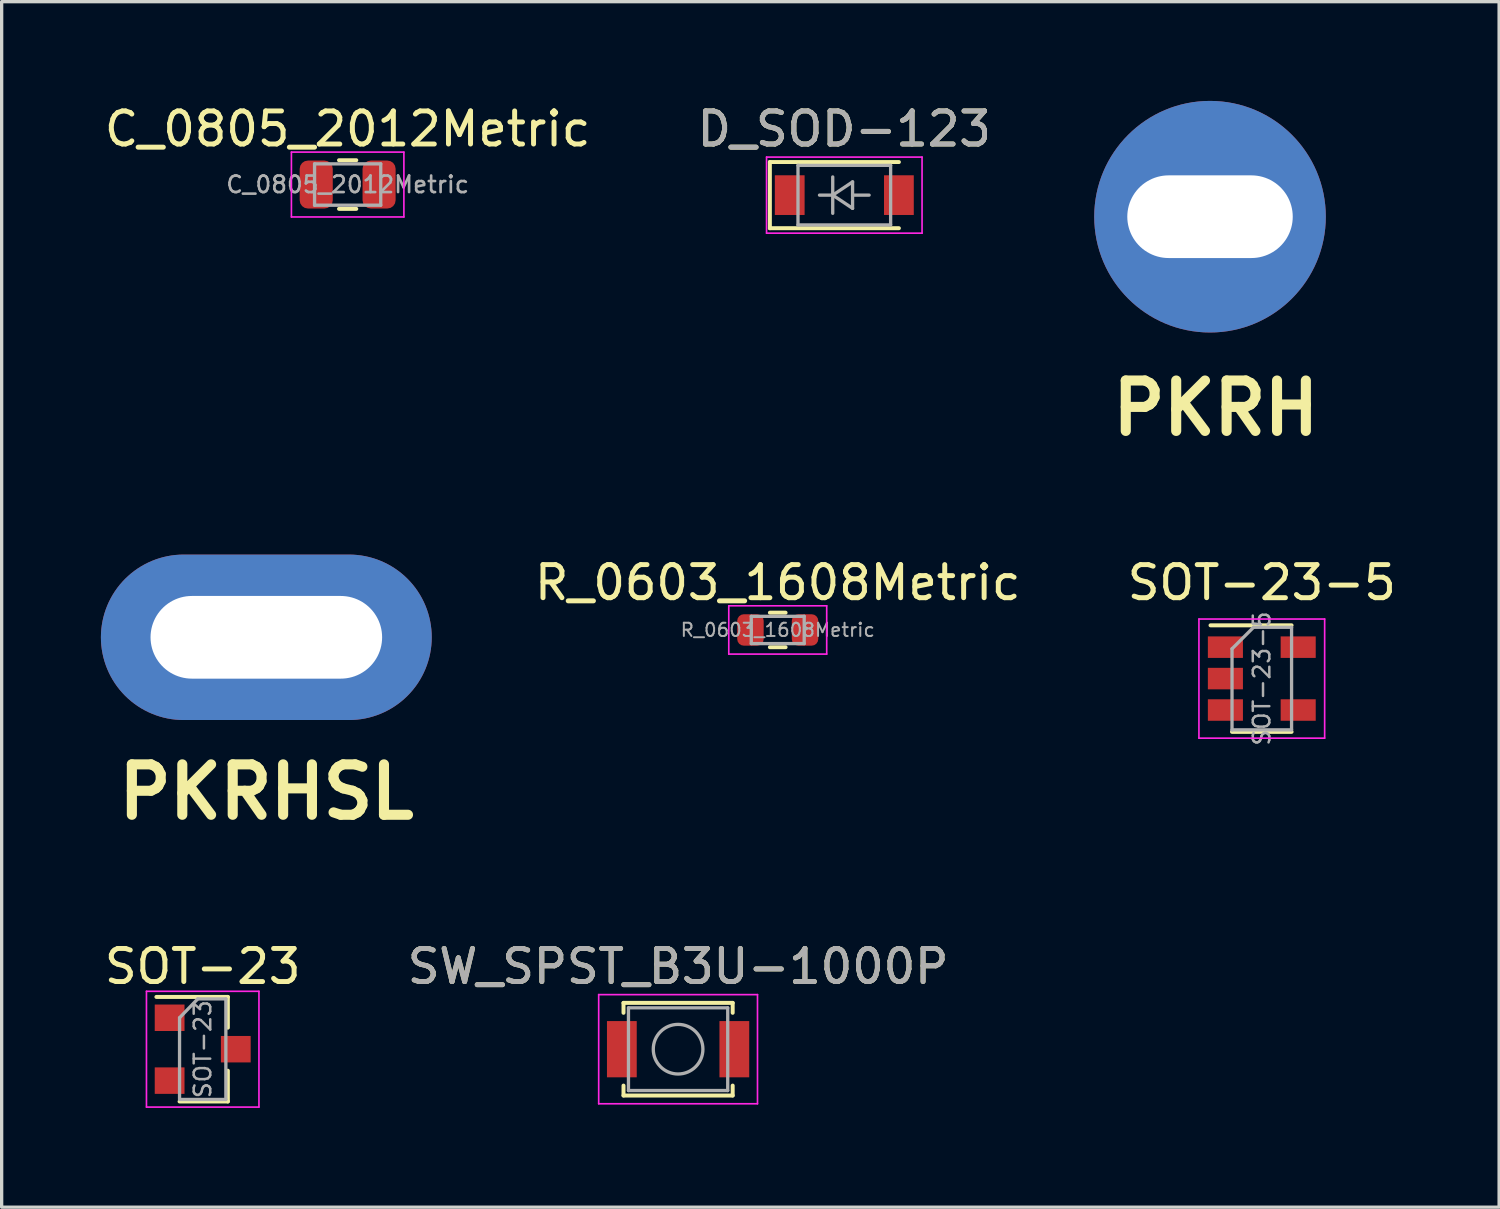
<source format=kicad_pcb>
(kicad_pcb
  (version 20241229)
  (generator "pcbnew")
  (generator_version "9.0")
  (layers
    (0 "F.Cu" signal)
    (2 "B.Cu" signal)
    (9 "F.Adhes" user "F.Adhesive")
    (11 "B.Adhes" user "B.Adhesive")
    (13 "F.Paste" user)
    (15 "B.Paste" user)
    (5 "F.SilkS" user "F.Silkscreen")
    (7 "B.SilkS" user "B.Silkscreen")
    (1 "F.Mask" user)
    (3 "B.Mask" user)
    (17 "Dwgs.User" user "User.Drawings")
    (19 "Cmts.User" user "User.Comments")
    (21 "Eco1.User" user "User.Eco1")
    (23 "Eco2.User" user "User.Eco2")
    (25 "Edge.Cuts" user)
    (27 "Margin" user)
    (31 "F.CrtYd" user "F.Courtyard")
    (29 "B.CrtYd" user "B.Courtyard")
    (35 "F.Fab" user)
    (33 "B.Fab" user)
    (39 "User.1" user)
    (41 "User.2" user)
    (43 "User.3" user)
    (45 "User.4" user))
  (footprint "D_SOD-123"
    (layer "F.Cu")
    (at 22.47 2.848)
    (property "Reference" "D_SOD-123" (at 0 -2 0) (layer "F.SilkS") (effects (font (size 1 1) (thickness 0.15))))
    (attr smd)
    (fp_line (start -2.25 -1) (end -2.25 1) (stroke (width 0.12) (type solid)) (layer "F.SilkS"))
    (fp_line (start -2.25 -1) (end 1.65 -1) (stroke (width 0.12) (type solid)) (layer "F.SilkS"))
    (fp_line (start -2.25 1) (end 1.65 1) (stroke (width 0.12) (type solid)) (layer "F.SilkS"))
    (fp_line (start -2.35 -1.15) (end -2.35 1.15) (stroke (width 0.05) (type solid)) (layer "F.CrtYd"))
    (fp_line (start -2.35 -1.15) (end 2.35 -1.15) (stroke (width 0.05) (type solid)) (layer "F.CrtYd"))
    (fp_line (start 2.35 -1.15) (end 2.35 1.15) (stroke (width 0.05) (type solid)) (layer "F.CrtYd"))
    (fp_line (start 2.35 1.15) (end -2.35 1.15) (stroke (width 0.05) (type solid)) (layer "F.CrtYd"))
    (fp_line (start -1.4 -0.9) (end 1.4 -0.9) (stroke (width 0.1) (type solid)) (layer "F.Fab"))
    (fp_line (start -1.4 0.9) (end -1.4 -0.9) (stroke (width 0.1) (type solid)) (layer "F.Fab"))
    (fp_line (start -0.75 0) (end -0.35 0) (stroke (width 0.1) (type solid)) (layer "F.Fab"))
    (fp_line (start -0.35 0) (end -0.35 -0.55) (stroke (width 0.1) (type solid)) (layer "F.Fab"))
    (fp_line (start -0.35 0) (end -0.35 0.55) (stroke (width 0.1) (type solid)) (layer "F.Fab"))
    (fp_line (start -0.35 0) (end 0.25 -0.4) (stroke (width 0.1) (type solid)) (layer "F.Fab"))
    (fp_line (start 0.25 -0.4) (end 0.25 0.4) (stroke (width 0.1) (type solid)) (layer "F.Fab"))
    (fp_line (start 0.25 0) (end 0.75 0) (stroke (width 0.1) (type solid)) (layer "F.Fab"))
    (fp_line (start 0.25 0.4) (end -0.35 0) (stroke (width 0.1) (type solid)) (layer "F.Fab"))
    (fp_line (start 1.4 -0.9) (end 1.4 0.9) (stroke (width 0.1) (type solid)) (layer "F.Fab"))
    (fp_line (start 1.4 0.9) (end -1.4 0.9) (stroke (width 0.1) (type solid)) (layer "F.Fab"))
    (fp_text user "${REFERENCE}" (at 0 -2 0) (layer "F.Fab") (effects (font (size 1 1) (thickness 0.15))))
    (pad "1" smd rect (at -1.65 0) (size 0.9 1.2) (layers "F.Cu" "F.Mask" "F.Paste"))
    (pad "2" smd rect (at 1.65 0) (size 0.9 1.2) (layers "F.Cu" "F.Mask" "F.Paste")))
  (footprint "PKRH"
    (layer "F.Cu")
    (at 33.524 3.5)
    (property "Reference" "PKRH" (at 0.175 5.786 0) (layer "F.SilkS") (effects (font (size 1.524 1.524) (thickness 0.305))))
    (attr exclude_from_pos_files exclude_from_bom)
    (pad "1" thru_hole circle (at 0 0) (size 7 7) (drill oval 5.001 2.499) (layers "*.Cu" "*.Mask")))
  (footprint "SOT-23"
    (layer "F.Cu")
    (at 3.077 28.663)
    (property "Reference" "SOT-23" (at 0 -2.5 180) (layer "F.SilkS") (effects (font (size 1 1) (thickness 0.15))))
    (attr smd)
    (fp_line (start 0.76 -1.58) (end -1.4 -1.58) (stroke (width 0.12) (type solid)) (layer "F.SilkS"))
    (fp_line (start 0.76 -1.58) (end 0.76 -0.65) (stroke (width 0.12) (type solid)) (layer "F.SilkS"))
    (fp_line (start 0.76 1.58) (end -0.7 1.58) (stroke (width 0.12) (type solid)) (layer "F.SilkS"))
    (fp_line (start 0.76 1.58) (end 0.76 0.65) (stroke (width 0.12) (type solid)) (layer "F.SilkS"))
    (fp_line (start -1.7 -1.75) (end 1.7 -1.75) (stroke (width 0.05) (type solid)) (layer "F.CrtYd"))
    (fp_line (start -1.7 1.75) (end -1.7 -1.75) (stroke (width 0.05) (type solid)) (layer "F.CrtYd"))
    (fp_line (start 1.7 -1.75) (end 1.7 1.75) (stroke (width 0.05) (type solid)) (layer "F.CrtYd"))
    (fp_line (start 1.7 1.75) (end -1.7 1.75) (stroke (width 0.05) (type solid)) (layer "F.CrtYd"))
    (fp_line (start -0.7 -0.95) (end -0.7 1.5) (stroke (width 0.1) (type solid)) (layer "F.Fab"))
    (fp_line (start -0.7 -0.95) (end -0.15 -1.52) (stroke (width 0.1) (type solid)) (layer "F.Fab"))
    (fp_line (start -0.7 1.52) (end 0.7 1.52) (stroke (width 0.1) (type solid)) (layer "F.Fab"))
    (fp_line (start -0.15 -1.52) (end 0.7 -1.52) (stroke (width 0.1) (type solid)) (layer "F.Fab"))
    (fp_line (start 0.7 -1.52) (end 0.7 1.52) (stroke (width 0.1) (type solid)) (layer "F.Fab"))
    (fp_text user "${REFERENCE}" (at 0 0 90) (layer "F.Fab") (effects (font (size 0.5 0.5) (thickness 0.075))))
    (pad "1" smd rect (at -1 -0.95) (size 0.9 0.8) (layers "F.Cu" "F.Mask" "F.Paste"))
    (pad "2" smd rect (at -1 0.95) (size 0.9 0.8) (layers "F.Cu" "F.Mask" "F.Paste"))
    (pad "3" smd rect (at 1 0) (size 0.9 0.8) (layers "F.Cu" "F.Mask" "F.Paste")))
  (footprint "SOT-23-5"
    (layer "F.Cu")
    (at 35.089 17.461)
    (property "Reference" "SOT-23-5" (at 0 -2.9 180) (layer "F.SilkS") (effects (font (size 1 1) (thickness 0.15))))
    (attr smd)
    (fp_line (start -0.9 1.61) (end 0.9 1.61) (stroke (width 0.12) (type solid)) (layer "F.SilkS"))
    (fp_line (start 0.9 -1.61) (end -1.55 -1.61) (stroke (width 0.12) (type solid)) (layer "F.SilkS"))
    (fp_line (start -1.9 -1.8) (end 1.9 -1.8) (stroke (width 0.05) (type solid)) (layer "F.CrtYd"))
    (fp_line (start -1.9 1.8) (end -1.9 -1.8) (stroke (width 0.05) (type solid)) (layer "F.CrtYd"))
    (fp_line (start 1.9 -1.8) (end 1.9 1.8) (stroke (width 0.05) (type solid)) (layer "F.CrtYd"))
    (fp_line (start 1.9 1.8) (end -1.9 1.8) (stroke (width 0.05) (type solid)) (layer "F.CrtYd"))
    (fp_line (start -0.9 -0.9) (end -0.9 1.55) (stroke (width 0.1) (type solid)) (layer "F.Fab"))
    (fp_line (start -0.9 -0.9) (end -0.25 -1.55) (stroke (width 0.1) (type solid)) (layer "F.Fab"))
    (fp_line (start 0.9 -1.55) (end -0.25 -1.55) (stroke (width 0.1) (type solid)) (layer "F.Fab"))
    (fp_line (start 0.9 -1.55) (end 0.9 1.55) (stroke (width 0.1) (type solid)) (layer "F.Fab"))
    (fp_line (start 0.9 1.55) (end -0.9 1.55) (stroke (width 0.1) (type solid)) (layer "F.Fab"))
    (fp_text user "${REFERENCE}" (at 0 0 90) (layer "F.Fab") (effects (font (size 0.5 0.5) (thickness 0.075))))
    (pad "1" smd rect (at -1.1 -0.95) (size 1.06 0.65) (layers "F.Cu" "F.Mask" "F.Paste"))
    (pad "2" smd rect (at -1.1 0) (size 1.06 0.65) (layers "F.Cu" "F.Mask" "F.Paste"))
    (pad "3" smd rect (at -1.1 0.95) (size 1.06 0.65) (layers "F.Cu" "F.Mask" "F.Paste"))
    (pad "4" smd rect (at 1.1 0.95) (size 1.06 0.65) (layers "F.Cu" "F.Mask" "F.Paste"))
    (pad "5" smd rect (at 1.1 -0.95) (size 1.06 0.65) (layers "F.Cu" "F.Mask" "F.Paste")))
  (footprint "SW_SPST_B3U-1000P"
    (layer "F.Cu")
    (at 17.446 28.663)
    (property "Reference" "SW_SPST_B3U-1000P" (at 0 -2.5 180) (layer "F.SilkS") (effects (font (size 1 1) (thickness 0.15))))
    (attr smd)
    (fp_line (start -1.65 -1.4) (end 1.65 -1.4) (stroke (width 0.12) (type solid)) (layer "F.SilkS"))
    (fp_line (start -1.65 -1.1) (end -1.65 -1.4) (stroke (width 0.12) (type solid)) (layer "F.SilkS"))
    (fp_line (start -1.65 1.1) (end -1.65 1.4) (stroke (width 0.12) (type solid)) (layer "F.SilkS"))
    (fp_line (start -1.65 1.4) (end 1.65 1.4) (stroke (width 0.12) (type solid)) (layer "F.SilkS"))
    (fp_line (start 1.65 -1.4) (end 1.65 -1.1) (stroke (width 0.12) (type solid)) (layer "F.SilkS"))
    (fp_line (start 1.65 1.4) (end 1.65 1.1) (stroke (width 0.12) (type solid)) (layer "F.SilkS"))
    (fp_line (start -2.4 -1.65) (end -2.4 1.65) (stroke (width 0.05) (type solid)) (layer "F.CrtYd"))
    (fp_line (start -2.4 1.65) (end 2.4 1.65) (stroke (width 0.05) (type solid)) (layer "F.CrtYd"))
    (fp_line (start 2.4 -1.65) (end -2.4 -1.65) (stroke (width 0.05) (type solid)) (layer "F.CrtYd"))
    (fp_line (start 2.4 1.65) (end 2.4 -1.65) (stroke (width 0.05) (type solid)) (layer "F.CrtYd"))
    (fp_line (start -1.5 -1.25) (end 1.5 -1.25) (stroke (width 0.1) (type solid)) (layer "F.Fab"))
    (fp_line (start -1.5 1.25) (end -1.5 -1.25) (stroke (width 0.1) (type solid)) (layer "F.Fab"))
    (fp_line (start 1.5 -1.25) (end 1.5 1.25) (stroke (width 0.1) (type solid)) (layer "F.Fab"))
    (fp_line (start 1.5 1.25) (end -1.5 1.25) (stroke (width 0.1) (type solid)) (layer "F.Fab"))
    (fp_circle (center 0 0) (end 0.75 0) (stroke (width 0.1) (type solid)) (fill no) (layer "F.Fab"))
    (fp_text user "${REFERENCE}" (at 0 -2.5 180) (layer "F.Fab") (effects (font (size 1 1) (thickness 0.15))))
    (pad "1" smd rect (at -1.7 0) (size 0.9 1.7) (layers "F.Cu" "F.Mask" "F.Paste"))
    (pad "2" smd rect (at 1.7 0) (size 0.9 1.7) (layers "F.Cu" "F.Mask" "F.Paste")))
  (footprint "C_0805_2012Metric"
    (layer "F.Cu")
    (at 7.458 2.528)
    (property "Reference" "C_0805_2012Metric" (at 0 -1.68 0) (layer "F.SilkS") (effects (font (size 1 1) (thickness 0.15))))
    (attr smd)
    (fp_line (start -0.261 -0.735) (end 0.261 -0.735) (stroke (width 0.12) (type solid)) (layer "F.SilkS"))
    (fp_line (start -0.261 0.735) (end 0.261 0.735) (stroke (width 0.12) (type solid)) (layer "F.SilkS"))
    (fp_line (start -1.7 -0.98) (end 1.7 -0.98) (stroke (width 0.05) (type solid)) (layer "F.CrtYd"))
    (fp_line (start -1.7 0.98) (end -1.7 -0.98) (stroke (width 0.05) (type solid)) (layer "F.CrtYd"))
    (fp_line (start 1.7 -0.98) (end 1.7 0.98) (stroke (width 0.05) (type solid)) (layer "F.CrtYd"))
    (fp_line (start 1.7 0.98) (end -1.7 0.98) (stroke (width 0.05) (type solid)) (layer "F.CrtYd"))
    (fp_line (start -1 -0.625) (end 1 -0.625) (stroke (width 0.1) (type solid)) (layer "F.Fab"))
    (fp_line (start -1 0.625) (end -1 -0.625) (stroke (width 0.1) (type solid)) (layer "F.Fab"))
    (fp_line (start 1 -0.625) (end 1 0.625) (stroke (width 0.1) (type solid)) (layer "F.Fab"))
    (fp_line (start 1 0.625) (end -1 0.625) (stroke (width 0.1) (type solid)) (layer "F.Fab"))
    (fp_text user "${REFERENCE}" (at 0 0 0) (layer "F.Fab") (effects (font (size 0.5 0.5) (thickness 0.08))))
    (pad "1" smd roundrect (at -0.95 0) (size 1 1.45) (layers "F.Cu" "F.Mask" "F.Paste") (roundrect_rratio 0.25))
    (pad "2" smd roundrect (at 0.95 0) (size 1 1.45) (layers "F.Cu" "F.Mask" "F.Paste") (roundrect_rratio 0.25)))
  (footprint "R_0603_1608Metric"
    (layer "F.Cu")
    (at 20.458 15.991)
    (property "Reference" "R_0603_1608Metric" (at 0 -1.43 0) (layer "F.SilkS") (effects (font (size 1 1) (thickness 0.15))))
    (attr smd)
    (fp_line (start -0.237 -0.522) (end 0.237 -0.522) (stroke (width 0.12) (type solid)) (layer "F.SilkS"))
    (fp_line (start -0.237 0.522) (end 0.237 0.522) (stroke (width 0.12) (type solid)) (layer "F.SilkS"))
    (fp_line (start -1.48 -0.73) (end 1.48 -0.73) (stroke (width 0.05) (type solid)) (layer "F.CrtYd"))
    (fp_line (start -1.48 0.73) (end -1.48 -0.73) (stroke (width 0.05) (type solid)) (layer "F.CrtYd"))
    (fp_line (start 1.48 -0.73) (end 1.48 0.73) (stroke (width 0.05) (type solid)) (layer "F.CrtYd"))
    (fp_line (start 1.48 0.73) (end -1.48 0.73) (stroke (width 0.05) (type solid)) (layer "F.CrtYd"))
    (fp_line (start -0.8 -0.412) (end 0.8 -0.412) (stroke (width 0.1) (type solid)) (layer "F.Fab"))
    (fp_line (start -0.8 0.412) (end -0.8 -0.412) (stroke (width 0.1) (type solid)) (layer "F.Fab"))
    (fp_line (start 0.8 -0.412) (end 0.8 0.412) (stroke (width 0.1) (type solid)) (layer "F.Fab"))
    (fp_line (start 0.8 0.412) (end -0.8 0.412) (stroke (width 0.1) (type solid)) (layer "F.Fab"))
    (fp_text user "${REFERENCE}" (at 0 0 0) (layer "F.Fab") (effects (font (size 0.4 0.4) (thickness 0.06))))
    (pad "1" smd roundrect (at -0.825 0) (size 0.8 0.95) (layers "F.Cu" "F.Mask" "F.Paste") (roundrect_rratio 0.25))
    (pad "2" smd roundrect (at 0.825 0) (size 0.8 0.95) (layers "F.Cu" "F.Mask" "F.Paste") (roundrect_rratio 0.25)))
  (footprint "PKRHSL"
    (layer "F.Cu")
    (at 5 16.213)
    (property "Reference" "PKRHSL" (at 0 4.675 0) (layer "F.SilkS") (effects (font (size 1.524 1.524) (thickness 0.305))))
    (attr exclude_from_pos_files exclude_from_bom)
    (pad "1" thru_hole oval (at 0 0) (size 10 5.001) (drill oval 7 2.499) (layers "*.Cu" "*.Mask")))
  (gr_rect
    (start -3 -3)
    (end 42.262 33.438)
    (stroke (width 0.1) (type default))
    (fill no)
    (layer "Edge.Cuts")))
</source>
